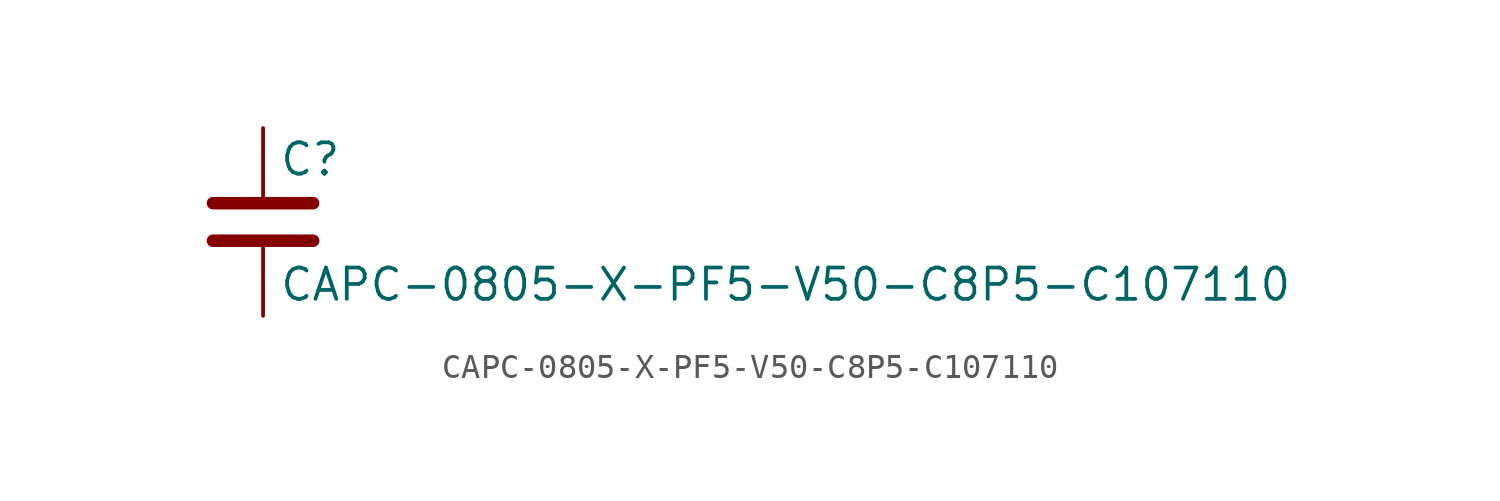
<source format=kicad_sym>
(kicad_symbol_lib
  (version 20211014)
  (generator kicad_symbol_editor)
  (symbol "CAPC-0805-X-PF5-V50-C8P5-C107110"
    (pin_numbers hide)
    (pin_names
      (offset 0.254))
    (property "Reference" "C"
      (at 0.635 2.54 0)
      (effects (font (size 1.27 1.27)) (justify left)))
    (property "Value" "CAPC-0805-X-PF5-V50-C8P5-C107110"
      (at 0.635 -2.54 0)
      (effects (font (size 1.27 1.27)) (justify left)))
    (symbol "CAPC-0805-X-PF5-V50-C8P5-C107110_0_1"
      (polyline (pts (xy -2.032 -0.762) (xy 2.032 -0.762)) (stroke (width 0.508) (type default) (color 0 0 0 0)) (fill (type none)))
      (polyline (pts (xy -2.032 0.762) (xy 2.032 0.762)) (stroke (width 0.508) (type default) (color 0 0 0 0)) (fill (type none))))
    (symbol "CAPC-0805-X-PF5-V50-C8P5-C107110_1_1"
      (pin passive line (at 0 3.81 270) (length 2.794) (name "~" (effects (font (size 1.27 1.27)))) (number "1" (effects (font (size 1.27 1.27)))))
      (pin passive line (at 0 -3.81 90) (length 2.794) (name "~" (effects (font (size 1.27 1.27)))) (number "2" (effects (font (size 1.27 1.27))))))))
</source>
